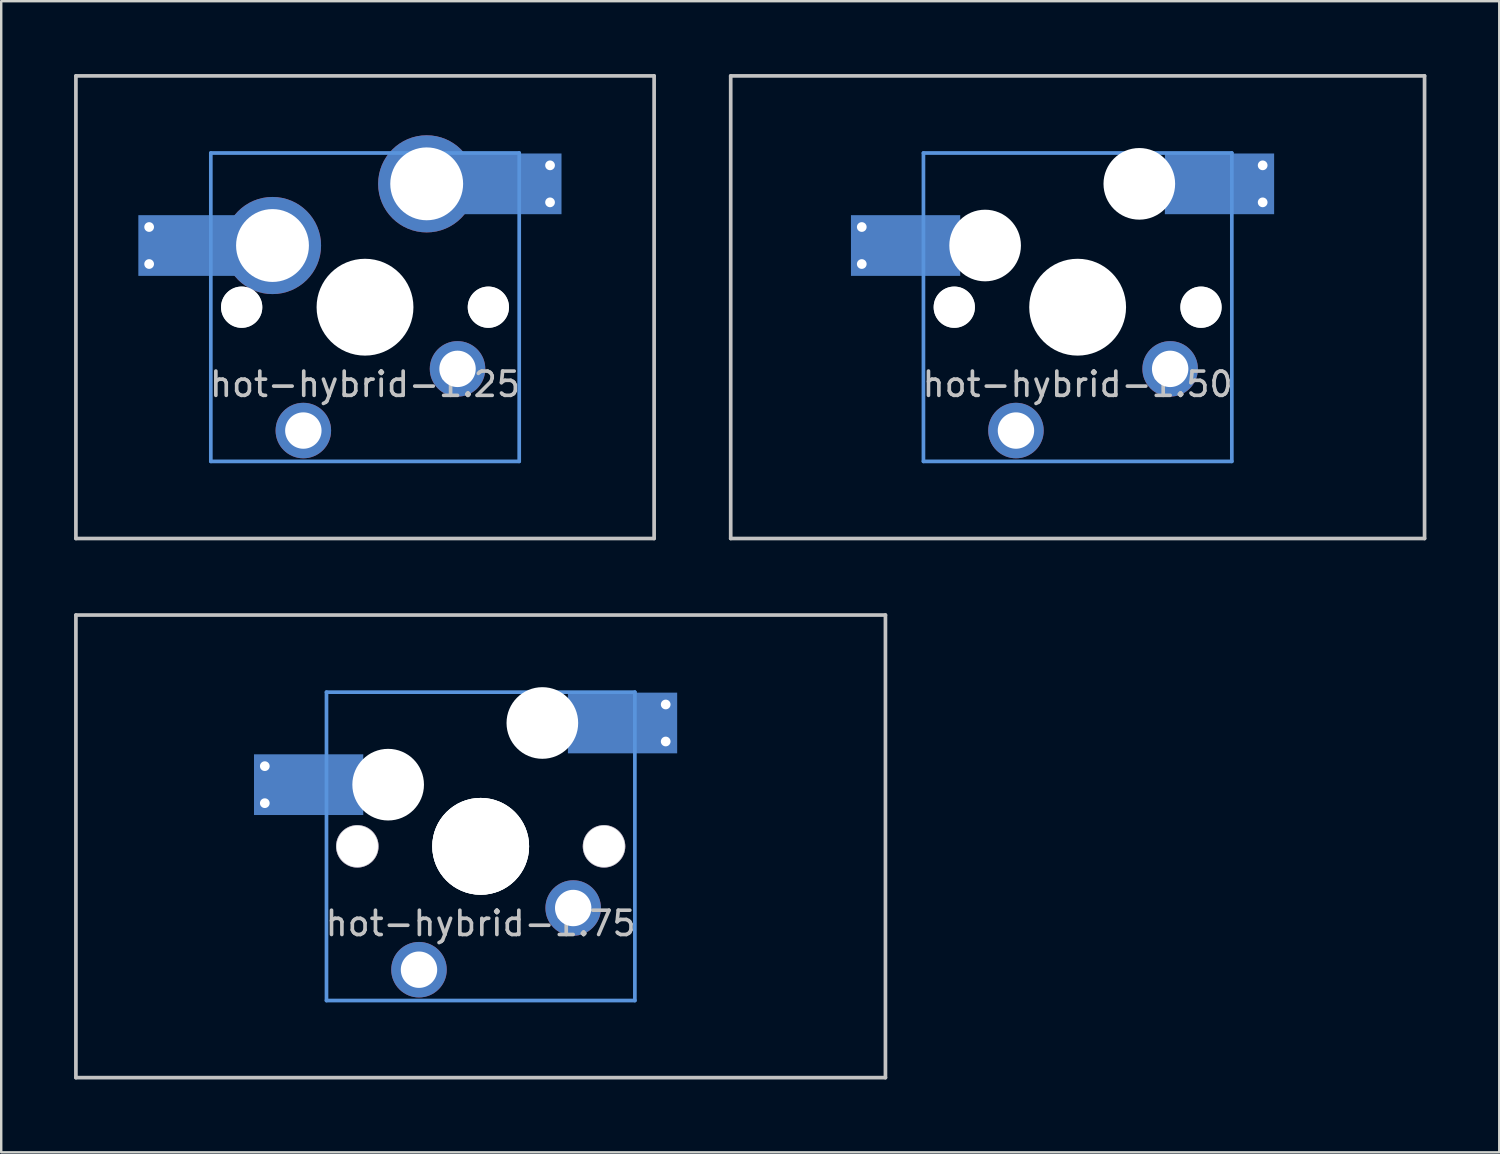
<source format=kicad_pcb>
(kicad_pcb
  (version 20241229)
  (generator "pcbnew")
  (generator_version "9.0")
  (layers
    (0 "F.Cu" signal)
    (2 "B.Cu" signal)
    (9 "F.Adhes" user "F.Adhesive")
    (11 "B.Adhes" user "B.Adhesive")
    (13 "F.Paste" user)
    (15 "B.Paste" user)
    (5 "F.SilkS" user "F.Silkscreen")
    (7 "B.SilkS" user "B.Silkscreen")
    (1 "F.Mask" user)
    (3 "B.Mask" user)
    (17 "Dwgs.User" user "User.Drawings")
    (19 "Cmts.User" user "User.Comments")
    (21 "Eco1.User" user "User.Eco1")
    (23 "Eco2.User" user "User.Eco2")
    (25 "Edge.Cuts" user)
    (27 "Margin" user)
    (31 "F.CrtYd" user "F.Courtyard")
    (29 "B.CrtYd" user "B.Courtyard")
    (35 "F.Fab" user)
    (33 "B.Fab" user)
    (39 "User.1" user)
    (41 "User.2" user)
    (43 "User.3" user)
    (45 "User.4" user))
  (footprint "hot-hybrid-1.75"
    (layer "F.Cu")
    (at 16.745 31.804)
    (property "Reference" "hot-hybrid-1.75" (at 0 3.175 0) (layer "Dwgs.User") (effects (font (size 1 1) (thickness 0.15))))
    (attr through_hole)
    (fp_line (start -16.669 -9.525) (end 16.669 -9.525) (stroke (width 0.152) (type solid)) (layer "Dwgs.User"))
    (fp_line (start -16.669 9.525) (end -16.669 -9.525) (stroke (width 0.152) (type solid)) (layer "Dwgs.User"))
    (fp_line (start 16.669 -9.525) (end 16.669 9.525) (stroke (width 0.152) (type solid)) (layer "Dwgs.User"))
    (fp_line (start 16.669 9.525) (end -16.669 9.525) (stroke (width 0.152) (type solid)) (layer "Dwgs.User"))
    (fp_line (start -6.35 -6.35) (end 6.35 -6.35) (stroke (width 0.152) (type solid)) (layer "Cmts.User"))
    (fp_line (start -6.35 6.35) (end -6.35 -6.35) (stroke (width 0.152) (type solid)) (layer "Cmts.User"))
    (fp_line (start 6.35 -6.35) (end 6.35 6.35) (stroke (width 0.152) (type solid)) (layer "Cmts.User"))
    (fp_line (start 6.35 6.35) (end -6.35 6.35) (stroke (width 0.152) (type solid)) (layer "Cmts.User"))
    (fp_curve (pts (xy -7 -5.999) (xy -7 -6.549) (xy -6.55 -6.999) (xy -6 -6.999)) (stroke (width 0.3) (type solid)) (layer "Eco2.User"))
    (fp_curve (pts (xy -7 6.001) (xy -7 6.001) (xy -7 -5.999) (xy -7 -5.999)) (stroke (width 0.3) (type solid)) (layer "Eco2.User"))
    (fp_curve (pts (xy -6 -6.999) (xy -6 -6.999) (xy 6 -6.999) (xy 6 -6.999)) (stroke (width 0.3) (type solid)) (layer "Eco2.User"))
    (fp_curve (pts (xy -6 7.001) (xy -6.55 7.001) (xy -7 6.551) (xy -7 6.001)) (stroke (width 0.3) (type solid)) (layer "Eco2.User"))
    (fp_curve (pts (xy 6 -6.999) (xy 6.55 -6.999) (xy 7 -6.549) (xy 7 -5.999)) (stroke (width 0.3) (type solid)) (layer "Eco2.User"))
    (fp_curve (pts (xy 6 7.001) (xy 6 7.001) (xy -6 7.001) (xy -6 7.001)) (stroke (width 0.3) (type solid)) (layer "Eco2.User"))
    (fp_curve (pts (xy 7 -5.999) (xy 7 -5.999) (xy 7 6.001) (xy 7 6.001)) (stroke (width 0.3) (type solid)) (layer "Eco2.User"))
    (fp_curve (pts (xy 7 6.001) (xy 7 6.551) (xy 6.55 7.001) (xy 6 7.001)) (stroke (width 0.3) (type solid)) (layer "Eco2.User"))
    (pad "" smd rect (at -7.085 -2.54) (size 2.55 2.5) (layers "B.Mask" "B.Paste"))
    (pad "" np_thru_hole circle (at -5.08 0 180) (size 1.75 1.75) (drill 1.7) (layers "*.Cu" "Dwgs.User"))
    (pad "" np_thru_hole circle (at -3.81 -2.54) (size 2.95 2.95) (drill 2.95) (layers "*.Cu" "*.Mask"))
    (pad "" np_thru_hole circle (at 0 0) (size 3.988 3.988) (drill 3.988) (layers "*.Cu" "*.Mask"))
    (pad "" np_thru_hole circle (at 0 0 180) (size 3.988 3.988) (drill 3.988) (layers "*.Cu" "Dwgs.User"))
    (pad "" np_thru_hole circle (at 2.54 -5.08) (size 2.95 2.95) (drill 2.95) (layers "*.Cu" "*.Mask"))
    (pad "" np_thru_hole circle (at 5.08 0 180) (size 1.75 1.75) (drill 1.7) (layers "*.Cu" "Dwgs.User"))
    (pad "" smd rect (at 5.815 -5.08) (size 2.55 2.5) (layers "B.Mask" "B.Paste"))
    (pad "1" thru_hole circle (at -8.89 -3.302) (size 0.8 0.8) (drill 0.4) (layers "*.Cu"))
    (pad "1" thru_hole circle (at -8.89 -1.778) (size 0.8 0.8) (drill 0.4) (layers "*.Cu"))
    (pad "1" smd rect (at -7.085 -2.54) (size 4.5 2.5) (layers "B.Cu"))
    (pad "1" thru_hole circle (at 3.81 2.54 180) (size 2.286 2.286) (drill 1.499) (layers "*.Cu" "*.Mask"))
    (pad "2" thru_hole circle (at -2.54 5.08 180) (size 2.286 2.286) (drill 1.499) (layers "*.Cu" "*.Mask"))
    (pad "2" smd rect (at 5.842 -5.08) (size 4.5 2.5) (layers "B.Cu"))
    (pad "2" thru_hole circle (at 7.62 -5.842) (size 0.8 0.8) (drill 0.4) (layers "*.Cu"))
    (pad "2" thru_hole circle (at 7.62 -4.318) (size 0.8 0.8) (drill 0.4) (layers "*.Cu")))
  (footprint "hot-hybrid-1.50"
    (layer "F.Cu")
    (at 41.329 9.601)
    (property "Reference" "hot-hybrid-1.50" (at 0 3.175 0) (layer "Dwgs.User") (effects (font (size 1 1) (thickness 0.15))))
    (attr through_hole)
    (fp_line (start -14.287 -9.525) (end 14.287 -9.525) (stroke (width 0.152) (type solid)) (layer "Dwgs.User"))
    (fp_line (start -14.287 9.525) (end -14.287 -9.525) (stroke (width 0.152) (type solid)) (layer "Dwgs.User"))
    (fp_line (start 14.287 -9.525) (end 14.287 9.525) (stroke (width 0.152) (type solid)) (layer "Dwgs.User"))
    (fp_line (start 14.287 9.525) (end -14.287 9.525) (stroke (width 0.152) (type solid)) (layer "Dwgs.User"))
    (fp_line (start -6.35 -6.35) (end 6.35 -6.35) (stroke (width 0.152) (type solid)) (layer "Cmts.User"))
    (fp_line (start -6.35 6.35) (end -6.35 -6.35) (stroke (width 0.152) (type solid)) (layer "Cmts.User"))
    (fp_line (start 6.35 -6.35) (end 6.35 6.35) (stroke (width 0.152) (type solid)) (layer "Cmts.User"))
    (fp_line (start 6.35 6.35) (end -6.35 6.35) (stroke (width 0.152) (type solid)) (layer "Cmts.User"))
    (fp_curve (pts (xy -7 -5.999) (xy -7 -6.549) (xy -6.55 -6.999) (xy -6 -6.999)) (stroke (width 0.3) (type solid)) (layer "Eco2.User"))
    (fp_curve (pts (xy -7 6.001) (xy -7 6.001) (xy -7 -5.999) (xy -7 -5.999)) (stroke (width 0.3) (type solid)) (layer "Eco2.User"))
    (fp_curve (pts (xy -6 -6.999) (xy -6 -6.999) (xy 6 -6.999) (xy 6 -6.999)) (stroke (width 0.3) (type solid)) (layer "Eco2.User"))
    (fp_curve (pts (xy -6 7.001) (xy -6.55 7.001) (xy -7 6.551) (xy -7 6.001)) (stroke (width 0.3) (type solid)) (layer "Eco2.User"))
    (fp_curve (pts (xy 6 -6.999) (xy 6.55 -6.999) (xy 7 -6.549) (xy 7 -5.999)) (stroke (width 0.3) (type solid)) (layer "Eco2.User"))
    (fp_curve (pts (xy 6 7.001) (xy 6 7.001) (xy -6 7.001) (xy -6 7.001)) (stroke (width 0.3) (type solid)) (layer "Eco2.User"))
    (fp_curve (pts (xy 7 -5.999) (xy 7 -5.999) (xy 7 6.001) (xy 7 6.001)) (stroke (width 0.3) (type solid)) (layer "Eco2.User"))
    (fp_curve (pts (xy 7 6.001) (xy 7 6.551) (xy 6.55 7.001) (xy 6 7.001)) (stroke (width 0.3) (type solid)) (layer "Eco2.User"))
    (pad "" smd rect (at -7.085 -2.54) (size 2.55 2.5) (layers "B.Mask" "B.Paste"))
    (pad "" np_thru_hole circle (at -5.08 0 180) (size 1.7 1.7) (drill 1.7) (layers "*.Cu" "Dwgs.User"))
    (pad "" np_thru_hole circle (at -3.81 -2.54) (size 2.95 2.95) (drill 2.95) (layers "*.Cu" "*.Mask"))
    (pad "" np_thru_hole circle (at 0 0) (size 3.988 3.988) (drill 3.988) (layers "*.Cu" "*.Mask"))
    (pad "" np_thru_hole circle (at 2.54 -5.08) (size 2.95 2.95) (drill 2.95) (layers "*.Cu" "*.Mask"))
    (pad "" np_thru_hole circle (at 5.08 0 180) (size 1.7 1.7) (drill 1.7) (layers "*.Cu" "Dwgs.User"))
    (pad "" smd rect (at 5.815 -5.08) (size 2.55 2.5) (layers "B.Mask" "B.Paste"))
    (pad "1" thru_hole circle (at -8.89 -3.302) (size 0.8 0.8) (drill 0.4) (layers "*.Cu"))
    (pad "1" thru_hole circle (at -8.89 -1.778) (size 0.8 0.8) (drill 0.4) (layers "*.Cu"))
    (pad "1" smd rect (at -7.085 -2.54) (size 4.5 2.5) (layers "B.Cu"))
    (pad "1" thru_hole circle (at 3.81 2.54 180) (size 2.286 2.286) (drill 1.499) (layers "*.Cu" "*.Mask"))
    (pad "2" thru_hole circle (at -2.54 5.08 180) (size 2.286 2.286) (drill 1.499) (layers "*.Cu" "*.Mask"))
    (pad "2" smd rect (at 5.842 -5.08) (size 4.5 2.5) (layers "B.Cu"))
    (pad "2" thru_hole circle (at 7.62 -5.842) (size 0.8 0.8) (drill 0.4) (layers "*.Cu"))
    (pad "2" thru_hole circle (at 7.62 -4.318) (size 0.8 0.8) (drill 0.4) (layers "*.Cu")))
  (footprint "hot-hybrid-1.25"
    (layer "F.Cu")
    (at 11.982 9.601)
    (property "Reference" "hot-hybrid-1.25" (at 0 3.175 0) (layer "Dwgs.User") (effects (font (size 1 1) (thickness 0.15))))
    (attr through_hole)
    (fp_line (start -11.906 -9.525) (end 11.906 -9.525) (stroke (width 0.152) (type solid)) (layer "Dwgs.User"))
    (fp_line (start -11.906 9.525) (end -11.906 -9.525) (stroke (width 0.152) (type solid)) (layer "Dwgs.User"))
    (fp_line (start 11.906 -9.525) (end 11.906 9.525) (stroke (width 0.152) (type solid)) (layer "Dwgs.User"))
    (fp_line (start 11.906 9.525) (end -11.906 9.525) (stroke (width 0.152) (type solid)) (layer "Dwgs.User"))
    (fp_line (start -6.35 -6.35) (end 6.35 -6.35) (stroke (width 0.152) (type solid)) (layer "Cmts.User"))
    (fp_line (start -6.35 6.35) (end -6.35 -6.35) (stroke (width 0.152) (type solid)) (layer "Cmts.User"))
    (fp_line (start 6.35 -6.35) (end 6.35 6.35) (stroke (width 0.152) (type solid)) (layer "Cmts.User"))
    (fp_line (start 6.35 6.35) (end -6.35 6.35) (stroke (width 0.152) (type solid)) (layer "Cmts.User"))
    (fp_curve (pts (xy -7 -5.999) (xy -7 -6.549) (xy -6.55 -6.999) (xy -6 -6.999)) (stroke (width 0.3) (type solid)) (layer "Eco2.User"))
    (fp_curve (pts (xy -7 6.001) (xy -7 6.001) (xy -7 -5.999) (xy -7 -5.999)) (stroke (width 0.3) (type solid)) (layer "Eco2.User"))
    (fp_curve (pts (xy -6 -6.999) (xy -6 -6.999) (xy 6 -6.999) (xy 6 -6.999)) (stroke (width 0.3) (type solid)) (layer "Eco2.User"))
    (fp_curve (pts (xy -6 7.001) (xy -6.55 7.001) (xy -7 6.551) (xy -7 6.001)) (stroke (width 0.3) (type solid)) (layer "Eco2.User"))
    (fp_curve (pts (xy 6 -6.999) (xy 6.55 -6.999) (xy 7 -6.549) (xy 7 -5.999)) (stroke (width 0.3) (type solid)) (layer "Eco2.User"))
    (fp_curve (pts (xy 6 7.001) (xy 6 7.001) (xy -6 7.001) (xy -6 7.001)) (stroke (width 0.3) (type solid)) (layer "Eco2.User"))
    (fp_curve (pts (xy 7 -5.999) (xy 7 -5.999) (xy 7 6.001) (xy 7 6.001)) (stroke (width 0.3) (type solid)) (layer "Eco2.User"))
    (fp_curve (pts (xy 7 6.001) (xy 7 6.551) (xy 6.55 7.001) (xy 6 7.001)) (stroke (width 0.3) (type solid)) (layer "Eco2.User"))
    (pad "" smd rect (at -7.085 -2.54) (size 2.55 2.5) (layers "B.Mask" "B.Paste"))
    (pad "" np_thru_hole circle (at -5.08 0 180) (size 1.7 1.7) (drill 1.7) (layers "*.Cu" "Dwgs.User"))
    (pad "" np_thru_hole circle (at -3.81 -2.54) (size 4 4) (drill 3) (layers "*.Cu" "*.Mask"))
    (pad "" np_thru_hole circle (at 0 0) (size 3.988 3.988) (drill 3.988) (layers "*.Cu" "*.Mask"))
    (pad "" np_thru_hole circle (at 2.54 -5.08) (size 4 4) (drill 3) (layers "*.Cu" "*.Mask"))
    (pad "" np_thru_hole circle (at 5.08 0 180) (size 1.7 1.7) (drill 1.7) (layers "*.Cu" "Dwgs.User"))
    (pad "" smd rect (at 5.815 -5.08) (size 2.55 2.5) (layers "B.Mask" "B.Paste"))
    (pad "1" thru_hole circle (at -8.89 -3.302) (size 0.8 0.8) (drill 0.4) (layers "*.Cu"))
    (pad "1" thru_hole circle (at -8.89 -1.778) (size 0.8 0.8) (drill 0.4) (layers "*.Cu"))
    (pad "1" smd rect (at -7.085 -2.54) (size 4.5 2.5) (layers "B.Cu"))
    (pad "1" thru_hole circle (at 3.81 2.54 180) (size 2.286 2.286) (drill 1.499) (layers "*.Cu" "*.Mask"))
    (pad "2" thru_hole circle (at -2.54 5.08 180) (size 2.286 2.286) (drill 1.499) (layers "*.Cu" "*.Mask"))
    (pad "2" smd rect (at 5.842 -5.08) (size 4.5 2.5) (layers "B.Cu"))
    (pad "2" thru_hole circle (at 7.62 -5.842) (size 0.8 0.8) (drill 0.4) (layers "*.Cu"))
    (pad "2" thru_hole circle (at 7.62 -4.318) (size 0.8 0.8) (drill 0.4) (layers "*.Cu")))
  (gr_rect
    (start -3 -3)
    (end 58.692 44.405)
    (stroke (width 0.1) (type default))
    (fill no)
    (layer "Edge.Cuts")))
</source>
